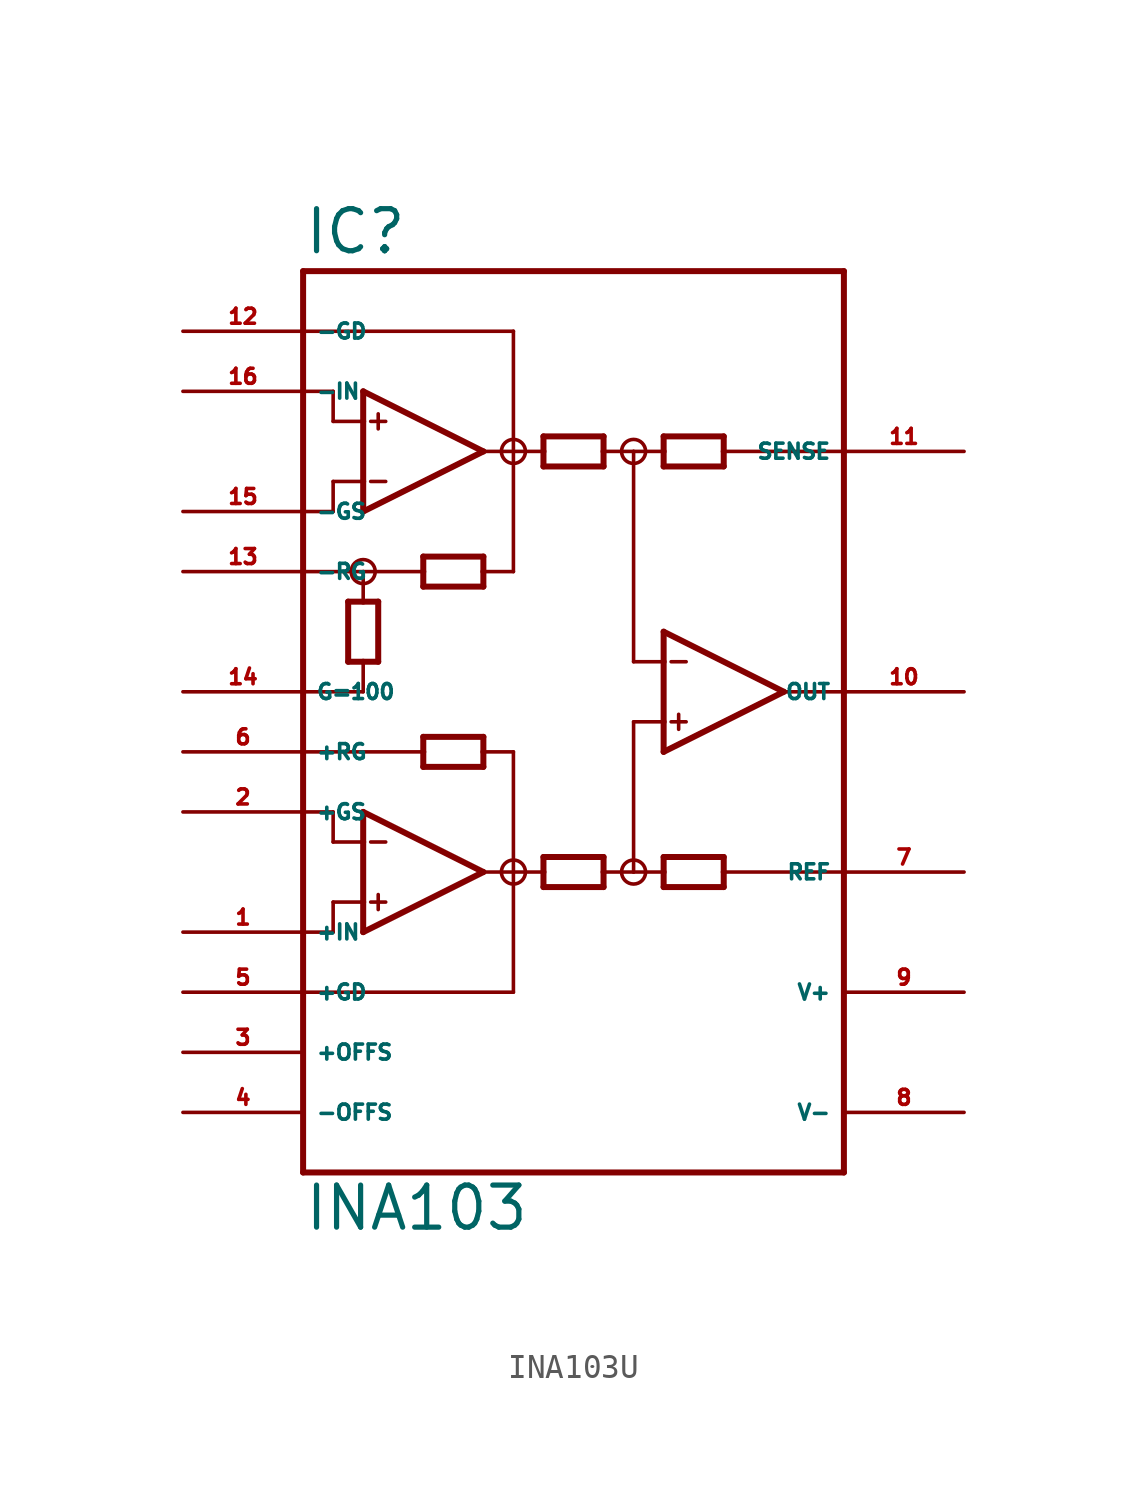
<source format=kicad_sym>
(kicad_symbol_lib
  (version 20220914)
  (generator Eagle2Kicad)
  (symbol "INA103U"
    (property "Reference" "IC"
      (at -10.16 18.415 0)
      (effects (font (size 1.778 1.778) (thickness 0.22)) (justify left bottom)))
    (property "Value" "INA103"
      (at -10.16 -22.86 0)
      (effects (font (size 1.778 1.778) (thickness 0.22)) (justify left bottom)))
    (polyline
      (pts (xy -7.62 7.62) (xy -7.62 8.89))
      (stroke (width 0.254) (type default))
      (fill (type none)))
    (polyline
      (pts (xy -7.62 8.89) (xy -7.62 11.43))
      (stroke (width 0.254) (type default))
      (fill (type none)))
    (polyline
      (pts (xy -7.62 11.43) (xy -7.62 12.7))
      (stroke (width 0.254) (type default))
      (fill (type none)))
    (polyline
      (pts (xy -7.62 12.7) (xy -2.54 10.16))
      (stroke (width 0.254) (type default))
      (fill (type none)))
    (polyline
      (pts (xy -2.54 10.16) (xy -7.62 7.62))
      (stroke (width 0.254) (type default))
      (fill (type none)))
    (polyline
      (pts (xy -2.54 4.445) (xy -2.54 5.08))
      (stroke (width 0.254) (type default))
      (fill (type none)))
    (polyline
      (pts (xy -2.54 5.08) (xy -2.54 5.715))
      (stroke (width 0.254) (type default))
      (fill (type none)))
    (polyline
      (pts (xy -2.54 5.715) (xy -5.08 5.715))
      (stroke (width 0.254) (type default))
      (fill (type none)))
    (polyline
      (pts (xy -5.08 5.715) (xy -5.08 5.08))
      (stroke (width 0.254) (type default))
      (fill (type none)))
    (polyline
      (pts (xy -5.08 5.08) (xy -5.08 4.445))
      (stroke (width 0.254) (type default))
      (fill (type none)))
    (polyline
      (pts (xy -5.08 4.445) (xy -2.54 4.445))
      (stroke (width 0.254) (type default))
      (fill (type none)))
    (polyline
      (pts (xy 0 9.525) (xy 0 10.16))
      (stroke (width 0.254) (type default))
      (fill (type none)))
    (polyline
      (pts (xy 0 10.16) (xy 0 10.795))
      (stroke (width 0.254) (type default))
      (fill (type none)))
    (polyline
      (pts (xy 0 10.795) (xy 2.54 10.795))
      (stroke (width 0.254) (type default))
      (fill (type none)))
    (polyline
      (pts (xy 2.54 10.795) (xy 2.54 10.16))
      (stroke (width 0.254) (type default))
      (fill (type none)))
    (polyline
      (pts (xy 2.54 10.16) (xy 2.54 9.525))
      (stroke (width 0.254) (type default))
      (fill (type none)))
    (polyline
      (pts (xy 2.54 9.525) (xy 0 9.525))
      (stroke (width 0.254) (type default))
      (fill (type none)))
    (polyline
      (pts (xy -7.62 11.43) (xy -8.89 11.43))
      (stroke (width 0.152) (type default))
      (fill (type none)))
    (polyline
      (pts (xy 7.62 10.795) (xy 7.62 10.16))
      (stroke (width 0.254) (type default))
      (fill (type none)))
    (polyline
      (pts (xy 7.62 10.16) (xy 7.62 9.525))
      (stroke (width 0.254) (type default))
      (fill (type none)))
    (polyline
      (pts (xy 7.62 9.525) (xy 5.08 9.525))
      (stroke (width 0.254) (type default))
      (fill (type none)))
    (polyline
      (pts (xy 5.08 9.525) (xy 5.08 10.16))
      (stroke (width 0.254) (type default))
      (fill (type none)))
    (polyline
      (pts (xy 5.08 10.16) (xy 5.08 10.795))
      (stroke (width 0.254) (type default))
      (fill (type none)))
    (polyline
      (pts (xy 5.08 10.795) (xy 7.62 10.795))
      (stroke (width 0.254) (type default))
      (fill (type none)))
    (polyline
      (pts (xy 5.08 -6.985) (xy 5.08 -7.62))
      (stroke (width 0.254) (type default))
      (fill (type none)))
    (polyline
      (pts (xy 5.08 -7.62) (xy 5.08 -8.255))
      (stroke (width 0.254) (type default))
      (fill (type none)))
    (polyline
      (pts (xy 5.08 -8.255) (xy 7.62 -8.255))
      (stroke (width 0.254) (type default))
      (fill (type none)))
    (polyline
      (pts (xy 7.62 -8.255) (xy 7.62 -7.62))
      (stroke (width 0.254) (type default))
      (fill (type none)))
    (polyline
      (pts (xy 7.62 -7.62) (xy 7.62 -6.985))
      (stroke (width 0.254) (type default))
      (fill (type none)))
    (polyline
      (pts (xy 7.62 -6.985) (xy 5.08 -6.985))
      (stroke (width 0.254) (type default))
      (fill (type none)))
    (polyline
      (pts (xy -7.62 8.89) (xy -8.89 8.89))
      (stroke (width 0.152) (type default))
      (fill (type none)))
    (polyline
      (pts (xy -7.303 11.43) (xy -6.668 11.43))
      (stroke (width 0.152) (type default))
      (fill (type none)))
    (polyline
      (pts (xy -7.303 8.89) (xy -6.668 8.89))
      (stroke (width 0.152) (type default))
      (fill (type none)))
    (polyline
      (pts (xy -6.985 11.748) (xy -6.985 11.113))
      (stroke (width 0.152) (type default))
      (fill (type none)))
    (polyline
      (pts (xy -10.16 -20.32) (xy 12.7 -20.32))
      (stroke (width 0.254) (type default))
      (fill (type none)))
    (polyline
      (pts (xy 12.7 -20.32) (xy 12.7 -7.62))
      (stroke (width 0.254) (type default))
      (fill (type none)))
    (polyline
      (pts (xy 12.7 -7.62) (xy 12.7 0))
      (stroke (width 0.254) (type default))
      (fill (type none)))
    (polyline
      (pts (xy 12.7 0) (xy 12.7 10.16))
      (stroke (width 0.254) (type default))
      (fill (type none)))
    (polyline
      (pts (xy 12.7 10.16) (xy 12.7 17.78))
      (stroke (width 0.254) (type default))
      (fill (type none)))
    (polyline
      (pts (xy 12.7 17.78) (xy -10.16 17.78))
      (stroke (width 0.254) (type default))
      (fill (type none)))
    (polyline
      (pts (xy -10.16 17.78) (xy -10.16 15.24))
      (stroke (width 0.254) (type default))
      (fill (type none)))
    (polyline
      (pts (xy -10.16 15.24) (xy -10.16 12.7))
      (stroke (width 0.254) (type default))
      (fill (type none)))
    (polyline
      (pts (xy -10.16 12.7) (xy -10.16 7.62))
      (stroke (width 0.254) (type default))
      (fill (type none)))
    (polyline
      (pts (xy -10.16 7.62) (xy -10.16 5.08))
      (stroke (width 0.254) (type default))
      (fill (type none)))
    (polyline
      (pts (xy -10.16 5.08) (xy -10.16 0))
      (stroke (width 0.254) (type default))
      (fill (type none)))
    (polyline
      (pts (xy -10.16 0) (xy -10.16 -2.54))
      (stroke (width 0.254) (type default))
      (fill (type none)))
    (polyline
      (pts (xy -10.16 -2.54) (xy -10.16 -5.08))
      (stroke (width 0.254) (type default))
      (fill (type none)))
    (polyline
      (pts (xy -10.16 -5.08) (xy -10.16 -10.16))
      (stroke (width 0.254) (type default))
      (fill (type none)))
    (polyline
      (pts (xy -10.16 -10.16) (xy -10.16 -12.7))
      (stroke (width 0.254) (type default))
      (fill (type none)))
    (polyline
      (pts (xy -10.16 -12.7) (xy -10.16 -20.32))
      (stroke (width 0.254) (type default))
      (fill (type none)))
    (polyline
      (pts (xy -7.62 -10.16) (xy -7.62 -8.89))
      (stroke (width 0.254) (type default))
      (fill (type none)))
    (polyline
      (pts (xy -7.62 -8.89) (xy -7.62 -6.35))
      (stroke (width 0.254) (type default))
      (fill (type none)))
    (polyline
      (pts (xy -7.62 -6.35) (xy -7.62 -5.08))
      (stroke (width 0.254) (type default))
      (fill (type none)))
    (polyline
      (pts (xy -7.62 -5.08) (xy -2.54 -7.62))
      (stroke (width 0.254) (type default))
      (fill (type none)))
    (polyline
      (pts (xy -2.54 -7.62) (xy -7.62 -10.16))
      (stroke (width 0.254) (type default))
      (fill (type none)))
    (polyline
      (pts (xy 2.54 -8.255) (xy 2.54 -7.62))
      (stroke (width 0.254) (type default))
      (fill (type none)))
    (polyline
      (pts (xy 2.54 -7.62) (xy 2.54 -6.985))
      (stroke (width 0.254) (type default))
      (fill (type none)))
    (polyline
      (pts (xy 2.54 -6.985) (xy 0 -6.985))
      (stroke (width 0.254) (type default))
      (fill (type none)))
    (polyline
      (pts (xy 0 -6.985) (xy 0 -7.62))
      (stroke (width 0.254) (type default))
      (fill (type none)))
    (polyline
      (pts (xy 0 -7.62) (xy 0 -8.255))
      (stroke (width 0.254) (type default))
      (fill (type none)))
    (polyline
      (pts (xy 0 -8.255) (xy 2.54 -8.255))
      (stroke (width 0.254) (type default))
      (fill (type none)))
    (polyline
      (pts (xy -5.08 -3.175) (xy -5.08 -2.54))
      (stroke (width 0.254) (type default))
      (fill (type none)))
    (polyline
      (pts (xy -5.08 -2.54) (xy -5.08 -1.905))
      (stroke (width 0.254) (type default))
      (fill (type none)))
    (polyline
      (pts (xy -5.08 -1.905) (xy -2.54 -1.905))
      (stroke (width 0.254) (type default))
      (fill (type none)))
    (polyline
      (pts (xy -2.54 -1.905) (xy -2.54 -2.54))
      (stroke (width 0.254) (type default))
      (fill (type none)))
    (polyline
      (pts (xy -2.54 -2.54) (xy -2.54 -3.175))
      (stroke (width 0.254) (type default))
      (fill (type none)))
    (polyline
      (pts (xy -2.54 -3.175) (xy -5.08 -3.175))
      (stroke (width 0.254) (type default))
      (fill (type none)))
    (polyline
      (pts (xy -7.62 -6.35) (xy -8.89 -6.35))
      (stroke (width 0.152) (type default))
      (fill (type none)))
    (polyline
      (pts (xy -7.62 -8.89) (xy -8.89 -8.89))
      (stroke (width 0.152) (type default))
      (fill (type none)))
    (polyline
      (pts (xy -7.303 -6.35) (xy -6.668 -6.35))
      (stroke (width 0.152) (type default))
      (fill (type none)))
    (polyline
      (pts (xy -7.303 -8.89) (xy -6.668 -8.89))
      (stroke (width 0.152) (type default))
      (fill (type none)))
    (polyline
      (pts (xy -6.985 -8.572) (xy -6.985 -9.207))
      (stroke (width 0.152) (type default))
      (fill (type none)))
    (polyline
      (pts (xy -8.89 11.43) (xy -8.89 12.7))
      (stroke (width 0.152) (type default))
      (fill (type none)))
    (polyline
      (pts (xy -8.89 12.7) (xy -10.16 12.7))
      (stroke (width 0.152) (type default))
      (fill (type none)))
    (polyline
      (pts (xy -8.89 8.89) (xy -8.89 7.62))
      (stroke (width 0.152) (type default))
      (fill (type none)))
    (polyline
      (pts (xy -8.89 7.62) (xy -10.16 7.62))
      (stroke (width 0.152) (type default))
      (fill (type none)))
    (polyline
      (pts (xy 5.08 -2.54) (xy 5.08 -1.27))
      (stroke (width 0.254) (type default))
      (fill (type none)))
    (polyline
      (pts (xy 5.08 -1.27) (xy 5.08 1.27))
      (stroke (width 0.254) (type default))
      (fill (type none)))
    (polyline
      (pts (xy 5.08 1.27) (xy 5.08 2.54))
      (stroke (width 0.254) (type default))
      (fill (type none)))
    (polyline
      (pts (xy 5.08 2.54) (xy 10.16 0))
      (stroke (width 0.254) (type default))
      (fill (type none)))
    (polyline
      (pts (xy 10.16 0) (xy 5.08 -2.54))
      (stroke (width 0.254) (type default))
      (fill (type none)))
    (polyline
      (pts (xy 5.08 -1.27) (xy 3.81 -1.27))
      (stroke (width 0.152) (type default))
      (fill (type none)))
    (polyline
      (pts (xy 5.397 1.27) (xy 6.032 1.27))
      (stroke (width 0.152) (type default))
      (fill (type none)))
    (polyline
      (pts (xy 5.397 -1.27) (xy 6.032 -1.27))
      (stroke (width 0.152) (type default))
      (fill (type none)))
    (polyline
      (pts (xy 5.715 -0.953) (xy 5.715 -1.587))
      (stroke (width 0.152) (type default))
      (fill (type none)))
    (polyline
      (pts (xy -2.54 10.16) (xy -1.27 10.16))
      (stroke (width 0.152) (type default))
      (fill (type none)))
    (polyline
      (pts (xy -1.27 10.16) (xy 0 10.16))
      (stroke (width 0.152) (type default))
      (fill (type none)))
    (polyline
      (pts (xy 2.54 10.16) (xy 3.81 10.16))
      (stroke (width 0.152) (type default))
      (fill (type none)))
    (polyline
      (pts (xy 3.81 10.16) (xy 5.08 10.16))
      (stroke (width 0.152) (type default))
      (fill (type none)))
    (polyline
      (pts (xy 10.16 0) (xy 12.7 0))
      (stroke (width 0.152) (type default))
      (fill (type none)))
    (polyline
      (pts (xy -7.62 5.08) (xy -5.08 5.08))
      (stroke (width 0.152) (type default))
      (fill (type none)))
    (polyline
      (pts (xy -1.27 10.16) (xy -1.27 5.08))
      (stroke (width 0.152) (type default))
      (fill (type none)))
    (polyline
      (pts (xy -1.27 5.08) (xy -2.54 5.08))
      (stroke (width 0.152) (type default))
      (fill (type none)))
    (polyline
      (pts (xy 3.81 10.16) (xy 3.81 1.27))
      (stroke (width 0.152) (type default))
      (fill (type none)))
    (polyline
      (pts (xy 3.81 1.27) (xy 5.08 1.27))
      (stroke (width 0.152) (type default))
      (fill (type none)))
    (polyline
      (pts (xy -8.89 -5.08) (xy -8.89 -6.35))
      (stroke (width 0.152) (type default))
      (fill (type none)))
    (polyline
      (pts (xy -2.54 -2.54) (xy -1.27 -2.54))
      (stroke (width 0.152) (type default))
      (fill (type none)))
    (polyline
      (pts (xy -1.27 -2.54) (xy -1.27 -7.62))
      (stroke (width 0.152) (type default))
      (fill (type none)))
    (polyline
      (pts (xy -1.27 -7.62) (xy -2.54 -7.62))
      (stroke (width 0.152) (type default))
      (fill (type none)))
    (polyline
      (pts (xy -1.27 -7.62) (xy 0 -7.62))
      (stroke (width 0.152) (type default))
      (fill (type none)))
    (polyline
      (pts (xy 2.54 -7.62) (xy 3.81 -7.62))
      (stroke (width 0.152) (type default))
      (fill (type none)))
    (polyline
      (pts (xy 3.81 -7.62) (xy 5.08 -7.62))
      (stroke (width 0.152) (type default))
      (fill (type none)))
    (polyline
      (pts (xy -8.89 -8.89) (xy -8.89 -10.16))
      (stroke (width 0.152) (type default))
      (fill (type none)))
    (polyline
      (pts (xy -8.89 -10.16) (xy -10.16 -10.16))
      (stroke (width 0.152) (type default))
      (fill (type none)))
    (polyline
      (pts (xy -10.16 -5.08) (xy -8.89 -5.08))
      (stroke (width 0.152) (type default))
      (fill (type none)))
    (polyline
      (pts (xy 3.81 -1.27) (xy 3.81 -7.62))
      (stroke (width 0.152) (type default))
      (fill (type none)))
    (polyline
      (pts (xy 7.62 -7.62) (xy 12.7 -7.62))
      (stroke (width 0.152) (type default))
      (fill (type none)))
    (polyline
      (pts (xy -6.985 3.81) (xy -7.62 3.81))
      (stroke (width 0.254) (type default))
      (fill (type none)))
    (polyline
      (pts (xy -7.62 3.81) (xy -8.255 3.81))
      (stroke (width 0.254) (type default))
      (fill (type none)))
    (polyline
      (pts (xy -8.255 3.81) (xy -8.255 1.27))
      (stroke (width 0.254) (type default))
      (fill (type none)))
    (polyline
      (pts (xy -8.255 1.27) (xy -7.62 1.27))
      (stroke (width 0.254) (type default))
      (fill (type none)))
    (polyline
      (pts (xy -7.62 1.27) (xy -6.985 1.27))
      (stroke (width 0.254) (type default))
      (fill (type none)))
    (polyline
      (pts (xy -6.985 1.27) (xy -6.985 3.81))
      (stroke (width 0.254) (type default))
      (fill (type none)))
    (polyline
      (pts (xy -7.62 0) (xy -7.62 1.27))
      (stroke (width 0.152) (type default))
      (fill (type none)))
    (polyline
      (pts (xy -7.62 5.08) (xy -7.62 3.81))
      (stroke (width 0.152) (type default))
      (fill (type none)))
    (polyline
      (pts (xy -7.62 0) (xy -10.16 0))
      (stroke (width 0.152) (type default))
      (fill (type none)))
    (polyline
      (pts (xy -5.08 -2.54) (xy -10.16 -2.54))
      (stroke (width 0.152) (type default))
      (fill (type none)))
    (polyline
      (pts (xy 12.7 10.16) (xy 7.62 10.16))
      (stroke (width 0.152) (type default))
      (fill (type none)))
    (polyline
      (pts (xy -10.16 5.08) (xy -7.62 5.08))
      (stroke (width 0.152) (type default))
      (fill (type none)))
    (polyline
      (pts (xy -10.16 15.24) (xy -1.27 15.24))
      (stroke (width 0.152) (type default))
      (fill (type none)))
    (polyline
      (pts (xy -1.27 15.24) (xy -1.27 10.16))
      (stroke (width 0.152) (type default))
      (fill (type none)))
    (polyline
      (pts (xy -1.27 -7.62) (xy -1.27 -12.7))
      (stroke (width 0.152) (type default))
      (fill (type none)))
    (polyline
      (pts (xy -1.27 -12.7) (xy -10.16 -12.7))
      (stroke (width 0.152) (type default))
      (fill (type none)))
    (circle
      (center 3.81 10.16)
      (radius 0.508)
      (stroke (width 0) (type default))
      (fill (type none)))
    (circle
      (center -7.62 5.08)
      (radius 0.508)
      (stroke (width 0) (type default))
      (fill (type none)))
    (circle
      (center -1.27 10.16)
      (radius 0.508)
      (stroke (width 0) (type default))
      (fill (type none)))
    (circle
      (center 3.81 -7.62)
      (radius 0.508)
      (stroke (width 0) (type default))
      (fill (type none)))
    (circle
      (center -1.27 -7.62)
      (radius 0.508)
      (stroke (width 0) (type default))
      (fill (type none)))
    (pin input line
      (at -15.24 12.7 0)
      (length 5.08)
      (name "-IN" (effects (font (size 0.635 0.635) (thickness 0.08)) (justify left bottom)))
      (number "16" (effects (font (size 0.635 0.635) (thickness 0.08)) (justify left bottom))))
    (pin input line
      (at -15.24 7.62 0)
      (length 5.08)
      (name "-GS" (effects (font (size 0.635 0.635) (thickness 0.08)) (justify left bottom)))
      (number "15" (effects (font (size 0.635 0.635) (thickness 0.08)) (justify left bottom))))
    (pin output line
      (at 17.78 0 180)
      (length 5.08)
      (name "OUT" (effects (font (size 0.635 0.635) (thickness 0.08)) (justify left bottom)))
      (number "10" (effects (font (size 0.635 0.635) (thickness 0.08)) (justify left bottom))))
    (pin unspecified line
      (at 17.78 -12.7 180)
      (length 5.08)
      (name "V+" (effects (font (size 0.635 0.635) (thickness 0.08)) (justify left bottom)))
      (number "9" (effects (font (size 0.635 0.635) (thickness 0.08)) (justify left bottom))))
    (pin unspecified line
      (at 17.78 -17.78 180)
      (length 5.08)
      (name "V-" (effects (font (size 0.635 0.635) (thickness 0.08)) (justify left bottom)))
      (number "8" (effects (font (size 0.635 0.635) (thickness 0.08)) (justify left bottom))))
    (pin input line
      (at -15.24 -5.08 0)
      (length 5.08)
      (name "+GS" (effects (font (size 0.635 0.635) (thickness 0.08)) (justify left bottom)))
      (number "2" (effects (font (size 0.635 0.635) (thickness 0.08)) (justify left bottom))))
    (pin input line
      (at -15.24 -10.16 0)
      (length 5.08)
      (name "+IN" (effects (font (size 0.635 0.635) (thickness 0.08)) (justify left bottom)))
      (number "1" (effects (font (size 0.635 0.635) (thickness 0.08)) (justify left bottom))))
    (pin passive line
      (at 17.78 -7.62 180)
      (length 5.08)
      (name "REF" (effects (font (size 0.635 0.635) (thickness 0.08)) (justify left bottom)))
      (number "7" (effects (font (size 0.635 0.635) (thickness 0.08)) (justify left bottom))))
    (pin passive line
      (at -15.24 0 0)
      (length 5.08)
      (name "G=100" (effects (font (size 0.635 0.635) (thickness 0.08)) (justify left bottom)))
      (number "14" (effects (font (size 0.635 0.635) (thickness 0.08)) (justify left bottom))))
    (pin passive line
      (at -15.24 -2.54 0)
      (length 5.08)
      (name "+RG" (effects (font (size 0.635 0.635) (thickness 0.08)) (justify left bottom)))
      (number "6" (effects (font (size 0.635 0.635) (thickness 0.08)) (justify left bottom))))
    (pin input line
      (at 17.78 10.16 180)
      (length 5.08)
      (name "SENSE" (effects (font (size 0.635 0.635) (thickness 0.08)) (justify left bottom)))
      (number "11" (effects (font (size 0.635 0.635) (thickness 0.08)) (justify left bottom))))
    (pin passive line
      (at -15.24 5.08 0)
      (length 5.08)
      (name "-RG" (effects (font (size 0.635 0.635) (thickness 0.08)) (justify left bottom)))
      (number "13" (effects (font (size 0.635 0.635) (thickness 0.08)) (justify left bottom))))
    (pin passive line
      (at -15.24 15.24 0)
      (length 5.08)
      (name "-GD" (effects (font (size 0.635 0.635) (thickness 0.08)) (justify left bottom)))
      (number "12" (effects (font (size 0.635 0.635) (thickness 0.08)) (justify left bottom))))
    (pin passive line
      (at -15.24 -12.7 0)
      (length 5.08)
      (name "+GD" (effects (font (size 0.635 0.635) (thickness 0.08)) (justify left bottom)))
      (number "5" (effects (font (size 0.635 0.635) (thickness 0.08)) (justify left bottom))))
    (pin passive line
      (at -15.24 -15.24 0)
      (length 5.08)
      (name "+OFFS" (effects (font (size 0.635 0.635) (thickness 0.08)) (justify left bottom)))
      (number "3" (effects (font (size 0.635 0.635) (thickness 0.08)) (justify left bottom))))
    (pin passive line
      (at -15.24 -17.78 0)
      (length 5.08)
      (name "-OFFS" (effects (font (size 0.635 0.635) (thickness 0.08)) (justify left bottom)))
      (number "4" (effects (font (size 0.635 0.635) (thickness 0.08)) (justify left bottom))))))
</source>
